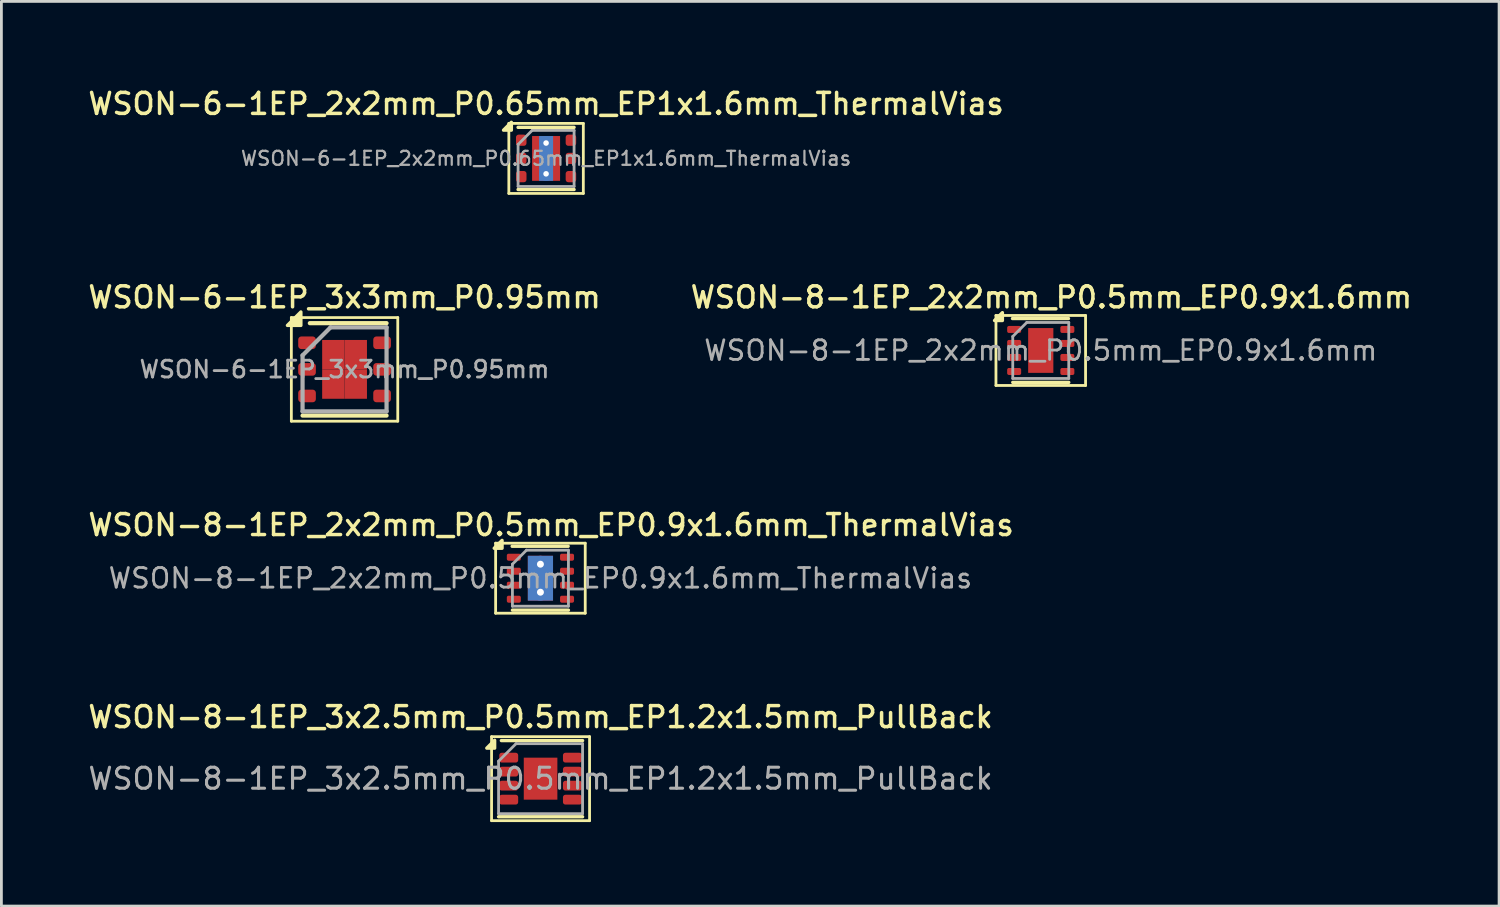
<source format=kicad_pcb>
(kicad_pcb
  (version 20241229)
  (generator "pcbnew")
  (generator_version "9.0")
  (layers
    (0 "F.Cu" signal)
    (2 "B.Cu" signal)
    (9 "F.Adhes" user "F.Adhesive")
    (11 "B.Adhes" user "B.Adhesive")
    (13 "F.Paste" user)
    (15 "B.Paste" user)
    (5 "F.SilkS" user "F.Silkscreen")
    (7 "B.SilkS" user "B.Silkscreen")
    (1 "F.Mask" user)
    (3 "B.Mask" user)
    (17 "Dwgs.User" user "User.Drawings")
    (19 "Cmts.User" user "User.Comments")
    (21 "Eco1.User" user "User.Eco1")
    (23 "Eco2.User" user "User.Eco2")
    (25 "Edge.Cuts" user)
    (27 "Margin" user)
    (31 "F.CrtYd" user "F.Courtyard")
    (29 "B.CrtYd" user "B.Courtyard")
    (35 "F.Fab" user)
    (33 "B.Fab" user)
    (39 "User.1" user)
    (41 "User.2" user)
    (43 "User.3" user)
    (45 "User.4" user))
  (footprint "WSON-8-1EP_2x2mm_P0.5mm_EP0.9x1.6mm"
    (layer "F.Cu")
    (at 34.118 9.466)
    (property "Reference" "WSON-8-1EP_2x2mm_P0.5mm_EP0.9x1.6mm" (at 0.38 -1.9 0) (layer "F.SilkS") (effects (font (size 0.75 0.75) (thickness 0.125))))
    (attr smd)
    (fp_line (start -1.6 -1.25) (end -1.6 1.25) (stroke (width 0.1) (type solid)) (layer "F.SilkS"))
    (fp_line (start -1.6 -1.25) (end 1.6 -1.25) (stroke (width 0.1) (type solid)) (layer "F.SilkS"))
    (fp_line (start -1.6 1.25) (end 1.6 1.25) (stroke (width 0.1) (type solid)) (layer "F.SilkS"))
    (fp_line (start -1.01 -1.14) (end 0.99 -1.14) (stroke (width 0.12) (type solid)) (layer "F.SilkS"))
    (fp_line (start -1 1.14) (end 1 1.14) (stroke (width 0.12) (type solid)) (layer "F.SilkS"))
    (fp_line (start 1.6 -1.25) (end 1.6 1.25) (stroke (width 0.1) (type solid)) (layer "F.SilkS"))
    (fp_poly (pts (xy -1.37 -1.07) (xy -1.65 -1.07) (xy -1.37 -1.35) (xy -1.37 -1.07)) (stroke (width 0.12) (type solid)) (fill yes) (layer "F.SilkS"))
    (fp_line (start -1 1) (end -1 -0.5) (stroke (width 0.1) (type solid)) (layer "F.Fab"))
    (fp_line (start -0.5 -1) (end -1 -0.5) (stroke (width 0.1) (type solid)) (layer "F.Fab"))
    (fp_line (start -0.5 -1) (end 1 -1) (stroke (width 0.1) (type solid)) (layer "F.Fab"))
    (fp_line (start 1 -1) (end 1 1) (stroke (width 0.1) (type solid)) (layer "F.Fab"))
    (fp_line (start 1 1) (end -1 1) (stroke (width 0.1) (type solid)) (layer "F.Fab"))
    (fp_text user "${REFERENCE}" (at 0 0 0) (layer "F.Fab") (effects (font (size 0.7 0.7) (thickness 0.1))))
    (pad "" smd rect (at 0 -0.4) (size 0.75 0.65) (layers "F.Paste"))
    (pad "" smd rect (at 0 0.4) (size 0.75 0.65) (layers "F.Paste"))
    (pad "1" smd roundrect (at -0.95 -0.75) (size 0.5 0.25) (layers "F.Cu" "F.Mask" "F.Paste") (roundrect_rratio 0.25))
    (pad "2" smd roundrect (at -0.95 -0.25) (size 0.5 0.25) (layers "F.Cu" "F.Mask" "F.Paste") (roundrect_rratio 0.25))
    (pad "3" smd roundrect (at -0.95 0.25) (size 0.5 0.25) (layers "F.Cu" "F.Mask" "F.Paste") (roundrect_rratio 0.25))
    (pad "4" smd roundrect (at -0.95 0.75) (size 0.5 0.25) (layers "F.Cu" "F.Mask" "F.Paste") (roundrect_rratio 0.25))
    (pad "5" smd roundrect (at 0.95 0.75) (size 0.5 0.25) (layers "F.Cu" "F.Mask" "F.Paste") (roundrect_rratio 0.25))
    (pad "6" smd roundrect (at 0.95 0.25) (size 0.5 0.25) (layers "F.Cu" "F.Mask" "F.Paste") (roundrect_rratio 0.25))
    (pad "7" smd roundrect (at 0.95 -0.25) (size 0.5 0.25) (layers "F.Cu" "F.Mask" "F.Paste") (roundrect_rratio 0.25))
    (pad "8" smd roundrect (at 0.95 -0.75) (size 0.5 0.25) (layers "F.Cu" "F.Mask" "F.Paste") (roundrect_rratio 0.25))
    (pad "9" smd rect (at 0 0) (size 0.9 1.6) (layers "F.Cu" "F.Mask")))
  (footprint "WSON-6-1EP_3x3mm_P0.95mm"
    (layer "F.Cu")
    (at 9.255 10.141)
    (property "Reference" "WSON-6-1EP_3x3mm_P0.95mm" (at 0 -2.575 0) (layer "F.SilkS") (effects (font (size 0.75 0.75) (thickness 0.125))))
    (attr smd)
    (fp_line (start -1.9 -1.85) (end -1.9 1.85) (stroke (width 0.1) (type solid)) (layer "F.SilkS"))
    (fp_line (start -1.9 -1.85) (end 1.9 -1.85) (stroke (width 0.1) (type solid)) (layer "F.SilkS"))
    (fp_line (start -1.9 1.85) (end 1.9 1.85) (stroke (width 0.1) (type solid)) (layer "F.SilkS"))
    (fp_line (start -1.5 1.65) (end 1.5 1.65) (stroke (width 0.15) (type solid)) (layer "F.SilkS"))
    (fp_line (start -1.24 -1.65) (end 1.5 -1.65) (stroke (width 0.15) (type solid)) (layer "F.SilkS"))
    (fp_line (start 1.9 -1.85) (end 1.9 1.85) (stroke (width 0.1) (type solid)) (layer "F.SilkS"))
    (fp_poly (pts (xy -1.56 -1.57) (xy -2.04 -1.57) (xy -1.56 -2.05) (xy -1.56 -1.57)) (stroke (width 0.12) (type solid)) (fill yes) (layer "F.SilkS"))
    (fp_line (start -1.5 -0.5) (end -0.5 -1.5) (stroke (width 0.15) (type solid)) (layer "F.Fab"))
    (fp_line (start -1.5 1.5) (end -1.5 -0.5) (stroke (width 0.15) (type solid)) (layer "F.Fab"))
    (fp_line (start -0.5 -1.5) (end 1.5 -1.5) (stroke (width 0.15) (type solid)) (layer "F.Fab"))
    (fp_line (start 1.5 -1.5) (end 1.5 1.5) (stroke (width 0.15) (type solid)) (layer "F.Fab"))
    (fp_line (start 1.5 1.5) (end -1.5 1.5) (stroke (width 0.15) (type solid)) (layer "F.Fab"))
    (fp_text user "${REFERENCE}" (at 0 0 0) (layer "F.Fab") (effects (font (size 0.6 0.6) (thickness 0.1))))
    (pad "1" smd roundrect (at -1.34 -0.95) (size 0.63 0.45) (layers "F.Cu" "F.Mask" "F.Paste") (roundrect_rratio 0.25))
    (pad "2" smd roundrect (at -1.34 0) (size 0.63 0.45) (layers "F.Cu" "F.Mask" "F.Paste") (roundrect_rratio 0.25))
    (pad "3" smd roundrect (at -1.34 0.95) (size 0.63 0.45) (layers "F.Cu" "F.Mask" "F.Paste") (roundrect_rratio 0.25))
    (pad "4" smd roundrect (at 1.34 0.95) (size 0.63 0.45) (layers "F.Cu" "F.Mask" "F.Paste") (roundrect_rratio 0.25))
    (pad "5" smd roundrect (at 1.34 0) (size 0.63 0.45) (layers "F.Cu" "F.Mask" "F.Paste") (roundrect_rratio 0.25))
    (pad "6" smd roundrect (at 1.34 -0.95) (size 0.63 0.45) (layers "F.Cu" "F.Mask" "F.Paste") (roundrect_rratio 0.25))
    (pad "7" smd rect (at -0.4 -0.525) (size 0.8 1.05) (layers "F.Cu" "F.Mask" "F.Paste"))
    (pad "7" smd rect (at -0.4 0.525) (size 0.8 1.05) (layers "F.Cu" "F.Mask" "F.Paste"))
    (pad "7" smd rect (at 0.4 -0.525) (size 0.8 1.05) (layers "F.Cu" "F.Mask" "F.Paste"))
    (pad "7" smd rect (at 0.4 0.525) (size 0.8 1.05) (layers "F.Cu" "F.Mask" "F.Paste")))
  (footprint "WSON-8-1EP_3x2.5mm_P0.5mm_EP1.2x1.5mm_PullBack"
    (layer "F.Cu")
    (at 16.255 24.758)
    (property "Reference" "WSON-8-1EP_3x2.5mm_P0.5mm_EP1.2x1.5mm_PullBack" (at 0 -2.2 0) (layer "F.SilkS") (effects (font (size 0.75 0.75) (thickness 0.125))))
    (attr smd)
    (fp_line (start -1.75 -1.5) (end -1.75 1.5) (stroke (width 0.1) (type solid)) (layer "F.SilkS"))
    (fp_line (start -1.75 1.5) (end 1.75 1.5) (stroke (width 0.1) (type solid)) (layer "F.SilkS"))
    (fp_line (start -1.5 1.36) (end 1.5 1.36) (stroke (width 0.12) (type solid)) (layer "F.SilkS"))
    (fp_line (start -1.4 -1.36) (end 1.5 -1.36) (stroke (width 0.12) (type solid)) (layer "F.SilkS"))
    (fp_line (start 1.75 -1.5) (end -1.75 -1.5) (stroke (width 0.1) (type solid)) (layer "F.SilkS"))
    (fp_line (start 1.75 1.5) (end 1.75 -1.5) (stroke (width 0.1) (type solid)) (layer "F.SilkS"))
    (fp_poly (pts (xy -1.64 -1.09) (xy -1.92 -1.09) (xy -1.64 -1.37) (xy -1.64 -1.09)) (stroke (width 0.12) (type solid)) (fill yes) (layer "F.SilkS"))
    (fp_line (start -1.5 -0.625) (end -0.875 -1.25) (stroke (width 0.1) (type solid)) (layer "F.Fab"))
    (fp_line (start -1.5 1.25) (end -1.5 -0.625) (stroke (width 0.1) (type solid)) (layer "F.Fab"))
    (fp_line (start -0.875 -1.25) (end 1.5 -1.25) (stroke (width 0.1) (type solid)) (layer "F.Fab"))
    (fp_line (start 1.5 -1.25) (end 1.5 1.25) (stroke (width 0.1) (type solid)) (layer "F.Fab"))
    (fp_line (start 1.5 1.25) (end -1.5 1.25) (stroke (width 0.1) (type solid)) (layer "F.Fab"))
    (fp_text user "${REFERENCE}" (at 0 0 0) (layer "F.Fab") (effects (font (size 0.75 0.75) (thickness 0.11))))
    (pad "" smd roundrect (at -0.3 -0.375) (size 0.48 0.6) (layers "F.Paste") (roundrect_rratio 0.25))
    (pad "" smd roundrect (at -0.3 0.375) (size 0.48 0.6) (layers "F.Paste") (roundrect_rratio 0.25))
    (pad "" smd roundrect (at 0.3 -0.375) (size 0.48 0.6) (layers "F.Paste") (roundrect_rratio 0.25))
    (pad "" smd roundrect (at 0.3 0.375) (size 0.48 0.6) (layers "F.Paste") (roundrect_rratio 0.25))
    (pad "1" smd roundrect (at -1.137 -0.75) (size 0.675 0.35) (layers "F.Cu" "F.Mask" "F.Paste") (roundrect_rratio 0.25))
    (pad "2" smd roundrect (at -1.137 -0.25) (size 0.675 0.35) (layers "F.Cu" "F.Mask" "F.Paste") (roundrect_rratio 0.25))
    (pad "3" smd roundrect (at -1.137 0.25) (size 0.675 0.35) (layers "F.Cu" "F.Mask" "F.Paste") (roundrect_rratio 0.25))
    (pad "4" smd roundrect (at -1.137 0.75) (size 0.675 0.35) (layers "F.Cu" "F.Mask" "F.Paste") (roundrect_rratio 0.25))
    (pad "5" smd roundrect (at 1.137 0.75) (size 0.675 0.35) (layers "F.Cu" "F.Mask" "F.Paste") (roundrect_rratio 0.25))
    (pad "6" smd roundrect (at 1.137 0.25) (size 0.675 0.35) (layers "F.Cu" "F.Mask" "F.Paste") (roundrect_rratio 0.25))
    (pad "7" smd roundrect (at 1.137 -0.25) (size 0.675 0.35) (layers "F.Cu" "F.Mask" "F.Paste") (roundrect_rratio 0.25))
    (pad "8" smd roundrect (at 1.137 -0.75) (size 0.675 0.35) (layers "F.Cu" "F.Mask" "F.Paste") (roundrect_rratio 0.25))
    (pad "9" smd rect (at 0 0) (size 1.2 1.5) (property pad_prop_heatsink) (layers "F.Cu" "F.Mask")))
  (footprint "WSON-8-1EP_2x2mm_P0.5mm_EP0.9x1.6mm_ThermalVias"
    (layer "F.Cu")
    (at 16.25 17.599)
    (property "Reference" "WSON-8-1EP_2x2mm_P0.5mm_EP0.9x1.6mm_ThermalVias" (at 0.38 -1.9 0) (layer "F.SilkS") (effects (font (size 0.75 0.75) (thickness 0.125))))
    (attr smd)
    (fp_line (start -1.6 -1.25) (end -1.6 1.25) (stroke (width 0.1) (type solid)) (layer "F.SilkS"))
    (fp_line (start -1.6 -1.25) (end 1.6 -1.25) (stroke (width 0.1) (type solid)) (layer "F.SilkS"))
    (fp_line (start -1.6 1.25) (end 1.6 1.25) (stroke (width 0.1) (type solid)) (layer "F.SilkS"))
    (fp_line (start -1.01 -1.14) (end 0.99 -1.14) (stroke (width 0.12) (type solid)) (layer "F.SilkS"))
    (fp_line (start -1 1.14) (end 1 1.14) (stroke (width 0.12) (type solid)) (layer "F.SilkS"))
    (fp_line (start 1.6 -1.25) (end 1.6 1.25) (stroke (width 0.1) (type solid)) (layer "F.SilkS"))
    (fp_poly (pts (xy -1.37 -1.07) (xy -1.65 -1.07) (xy -1.37 -1.35) (xy -1.37 -1.07)) (stroke (width 0.12) (type solid)) (fill yes) (layer "F.SilkS"))
    (fp_line (start -1 1) (end -1 -0.5) (stroke (width 0.1) (type solid)) (layer "F.Fab"))
    (fp_line (start -0.5 -1) (end -1 -0.5) (stroke (width 0.1) (type solid)) (layer "F.Fab"))
    (fp_line (start -0.5 -1) (end 1 -1) (stroke (width 0.1) (type solid)) (layer "F.Fab"))
    (fp_line (start 1 -1) (end 1 1) (stroke (width 0.1) (type solid)) (layer "F.Fab"))
    (fp_line (start 1 1) (end -1 1) (stroke (width 0.1) (type solid)) (layer "F.Fab"))
    (fp_text user "${REFERENCE}" (at 0 0 0) (layer "F.Fab") (effects (font (size 0.7 0.7) (thickness 0.1))))
    (pad "" smd rect (at 0 -0.4) (size 0.75 0.65) (layers "F.Paste"))
    (pad "" smd rect (at 0 0.4) (size 0.75 0.65) (layers "F.Paste"))
    (pad "1" smd roundrect (at -0.95 -0.75) (size 0.5 0.25) (layers "F.Cu" "F.Mask" "F.Paste") (roundrect_rratio 0.25))
    (pad "2" smd roundrect (at -0.95 -0.25) (size 0.5 0.25) (layers "F.Cu" "F.Mask" "F.Paste") (roundrect_rratio 0.25))
    (pad "3" smd roundrect (at -0.95 0.25) (size 0.5 0.25) (layers "F.Cu" "F.Mask" "F.Paste") (roundrect_rratio 0.25))
    (pad "4" smd roundrect (at -0.95 0.75) (size 0.5 0.25) (layers "F.Cu" "F.Mask" "F.Paste") (roundrect_rratio 0.25))
    (pad "5" smd roundrect (at 0.95 0.75) (size 0.5 0.25) (layers "F.Cu" "F.Mask" "F.Paste") (roundrect_rratio 0.25))
    (pad "6" smd roundrect (at 0.95 0.25) (size 0.5 0.25) (layers "F.Cu" "F.Mask" "F.Paste") (roundrect_rratio 0.25))
    (pad "7" smd roundrect (at 0.95 -0.25) (size 0.5 0.25) (layers "F.Cu" "F.Mask" "F.Paste") (roundrect_rratio 0.25))
    (pad "8" smd roundrect (at 0.95 -0.75) (size 0.5 0.25) (layers "F.Cu" "F.Mask" "F.Paste") (roundrect_rratio 0.25))
    (pad "9" thru_hole circle (at 0 -0.5) (size 0.6 0.6) (drill 0.25) (layers "*.Cu"))
    (pad "9" smd rect (at 0 0) (size 0.9 1.6) (layers "F.Cu" "F.Mask"))
    (pad "9" smd rect (at 0 0) (size 0.9 1.6) (layers "B.Cu"))
    (pad "9" thru_hole circle (at 0 0.5) (size 0.6 0.6) (drill 0.25) (layers "*.Cu")))
  (footprint "WSON-6-1EP_2x2mm_P0.65mm_EP1x1.6mm_ThermalVias"
    (layer "F.Cu")
    (at 16.452 2.608)
    (property "Reference" "WSON-6-1EP_2x2mm_P0.65mm_EP1x1.6mm_ThermalVias" (at 0 -1.95 0) (layer "F.SilkS") (effects (font (size 0.75 0.75) (thickness 0.125))))
    (attr smd)
    (fp_line (start -1.33 -1.25) (end -1.33 1.25) (stroke (width 0.1) (type solid)) (layer "F.SilkS"))
    (fp_line (start -1.33 1.25) (end 1.33 1.25) (stroke (width 0.1) (type solid)) (layer "F.SilkS"))
    (fp_line (start -1 -1.11) (end 1 -1.11) (stroke (width 0.12) (type solid)) (layer "F.SilkS"))
    (fp_line (start -1 1.11) (end 1 1.11) (stroke (width 0.12) (type solid)) (layer "F.SilkS"))
    (fp_line (start 1.33 -1.25) (end -1.33 -1.25) (stroke (width 0.1) (type solid)) (layer "F.SilkS"))
    (fp_line (start 1.33 1.25) (end 1.33 -1.25) (stroke (width 0.1) (type solid)) (layer "F.SilkS"))
    (fp_poly (pts (xy -1.24 -1.01) (xy -1.52 -1.01) (xy -1.24 -1.29) (xy -1.24 -1.01)) (stroke (width 0.12) (type solid)) (fill yes) (layer "F.SilkS"))
    (fp_line (start -1 -0.5) (end -0.5 -1) (stroke (width 0.1) (type solid)) (layer "F.Fab"))
    (fp_line (start -1 1) (end -1 -0.5) (stroke (width 0.1) (type solid)) (layer "F.Fab"))
    (fp_line (start -0.5 -1) (end 1 -1) (stroke (width 0.1) (type solid)) (layer "F.Fab"))
    (fp_line (start 1 -1) (end 1 1) (stroke (width 0.1) (type solid)) (layer "F.Fab"))
    (fp_line (start 1 1) (end -1 1) (stroke (width 0.1) (type solid)) (layer "F.Fab"))
    (fp_text user "${REFERENCE}" (at 0 0 0) (layer "F.Fab") (effects (font (size 0.5 0.5) (thickness 0.08))))
    (pad "" smd roundrect (at 0 -0.4) (size 0.87 0.69) (layers "F.Paste") (roundrect_rratio 0.25))
    (pad "" smd roundrect (at 0 0.4) (size 0.87 0.69) (layers "F.Paste") (roundrect_rratio 0.25))
    (pad "1" smd roundrect (at -0.887 -0.65) (size 0.375 0.4) (layers "F.Cu" "F.Mask" "F.Paste") (roundrect_rratio 0.25))
    (pad "2" smd roundrect (at -0.887 0) (size 0.375 0.4) (layers "F.Cu" "F.Mask" "F.Paste") (roundrect_rratio 0.25))
    (pad "3" smd roundrect (at -0.887 0.65) (size 0.375 0.4) (layers "F.Cu" "F.Mask" "F.Paste") (roundrect_rratio 0.25))
    (pad "4" smd roundrect (at 0.887 0.65) (size 0.375 0.4) (layers "F.Cu" "F.Mask" "F.Paste") (roundrect_rratio 0.25))
    (pad "5" smd roundrect (at 0.887 0) (size 0.375 0.4) (layers "F.Cu" "F.Mask" "F.Paste") (roundrect_rratio 0.25))
    (pad "6" smd roundrect (at 0.887 -0.65) (size 0.375 0.4) (layers "F.Cu" "F.Mask" "F.Paste") (roundrect_rratio 0.25))
    (pad "7" thru_hole circle (at 0 -0.55) (size 0.5 0.5) (drill 0.2) (property pad_prop_heatsink) (layers "*.Cu"))
    (pad "7" smd rect (at 0 0) (size 0.5 1.6) (property pad_prop_heatsink) (layers "B.Cu"))
    (pad "7" smd rect (at 0 0) (size 1 1.6) (property pad_prop_heatsink) (layers "F.Cu" "F.Mask"))
    (pad "7" thru_hole circle (at 0 0.55) (size 0.5 0.5) (drill 0.2) (property pad_prop_heatsink) (layers "*.Cu")))
  (gr_rect
    (start -3 -3)
    (end 50.486 29.308)
    (stroke (width 0.1) (type default))
    (fill no)
    (layer "Edge.Cuts")))
</source>
